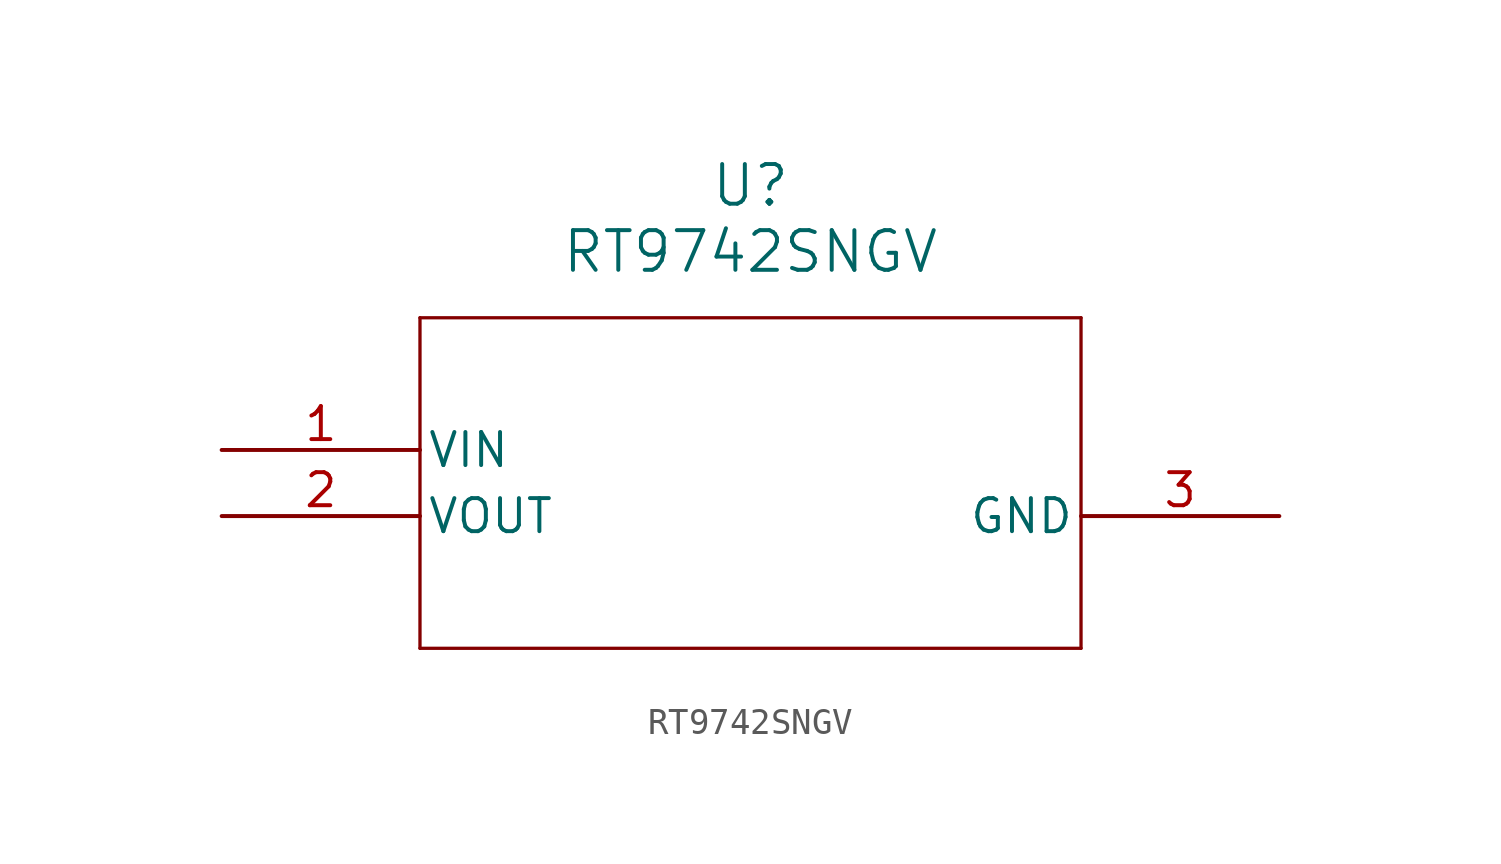
<source format=kicad_sym>
(kicad_symbol_lib
  (version 20211014)
  (generator kicad_symbol_editor)
  (symbol "RT9742SNGV"
    (pin_names
      (offset 0.254))
    (property "Reference" "U"
      (at 20.32 10.16 0)
      (effects (font (size 1.524 1.524))))
    (property "Value" "RT9742SNGV"
      (at 20.32 7.62 0)
      (effects (font (size 1.524 1.524))))
    (symbol "RT9742SNGV_0_1"
      (polyline (pts (xy 7.62 5.08) (xy 7.62 -7.62)) (stroke (width 0.127) (type default) (color 0 0 0 0)) (fill (type none)))
      (polyline (pts (xy 7.62 -7.62) (xy 33.02 -7.62)) (stroke (width 0.127) (type default) (color 0 0 0 0)) (fill (type none)))
      (polyline (pts (xy 33.02 -7.62) (xy 33.02 5.08)) (stroke (width 0.127) (type default) (color 0 0 0 0)) (fill (type none)))
      (polyline (pts (xy 33.02 5.08) (xy 7.62 5.08)) (stroke (width 0.127) (type default) (color 0 0 0 0)) (fill (type none)))
      (pin unspecified line (at 0 0 0) (length 7.62) (name "VIN" (effects (font (size 1.27 1.27)))) (number "1" (effects (font (size 1.27 1.27)))))
      (pin output line (at 0 -2.54 0) (length 7.62) (name "VOUT" (effects (font (size 1.27 1.27)))) (number "2" (effects (font (size 1.27 1.27)))))
      (pin power_out line (at 40.64 -2.54 180) (length 7.62) (name "GND" (effects (font (size 1.27 1.27)))) (number "3" (effects (font (size 1.27 1.27))))))))
</source>
